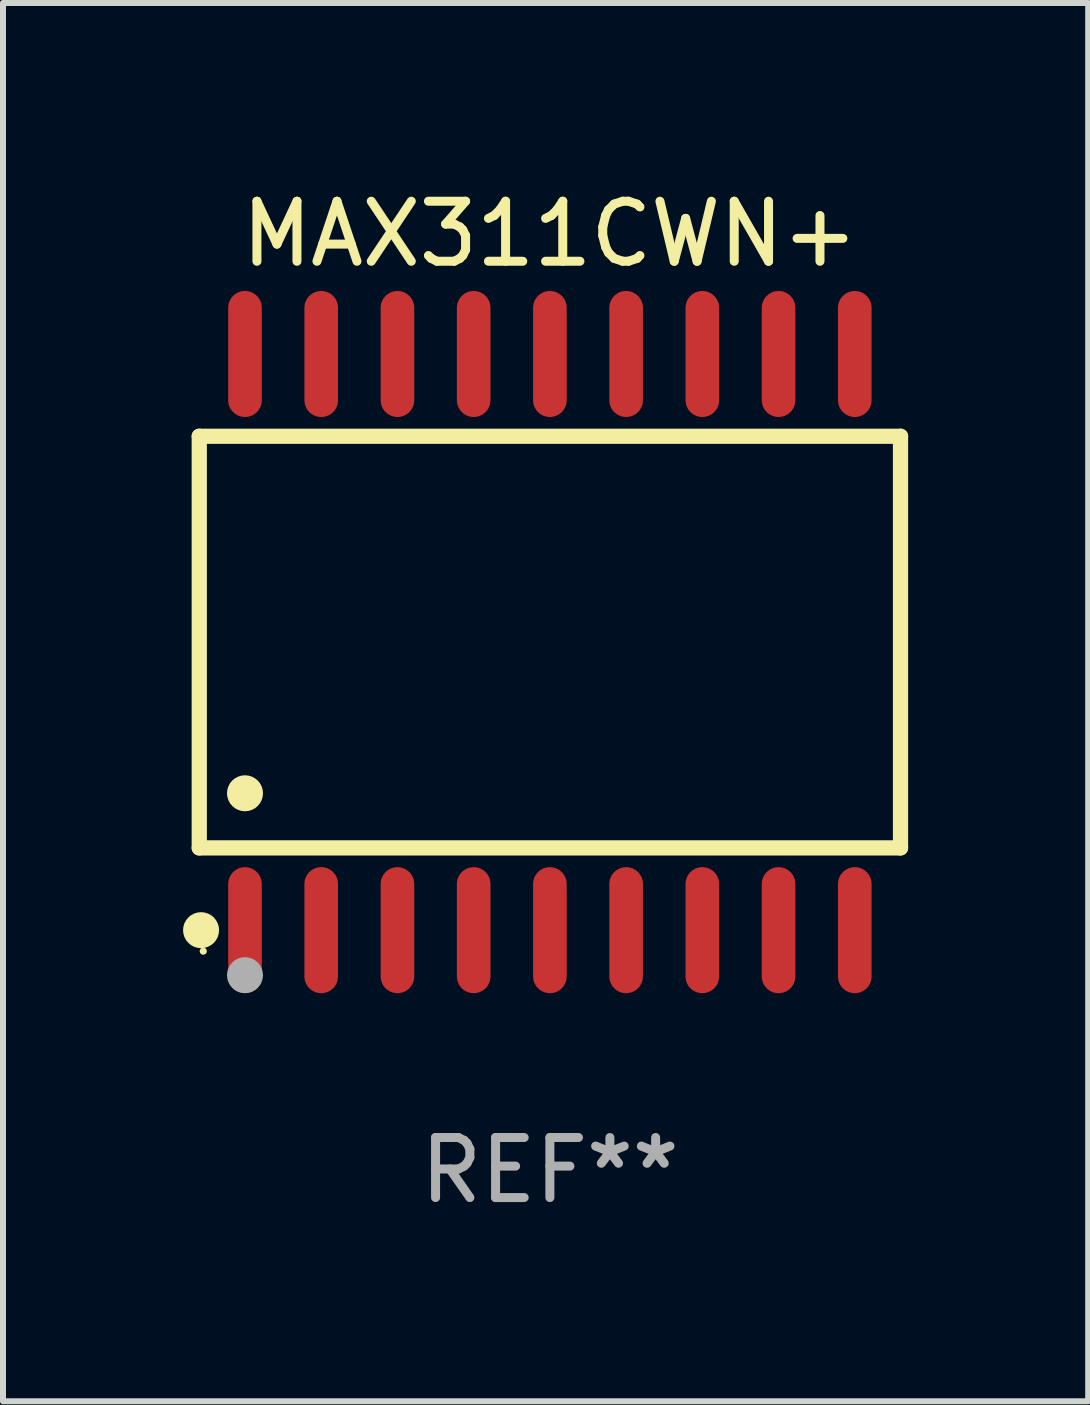
<source format=kicad_pcb>
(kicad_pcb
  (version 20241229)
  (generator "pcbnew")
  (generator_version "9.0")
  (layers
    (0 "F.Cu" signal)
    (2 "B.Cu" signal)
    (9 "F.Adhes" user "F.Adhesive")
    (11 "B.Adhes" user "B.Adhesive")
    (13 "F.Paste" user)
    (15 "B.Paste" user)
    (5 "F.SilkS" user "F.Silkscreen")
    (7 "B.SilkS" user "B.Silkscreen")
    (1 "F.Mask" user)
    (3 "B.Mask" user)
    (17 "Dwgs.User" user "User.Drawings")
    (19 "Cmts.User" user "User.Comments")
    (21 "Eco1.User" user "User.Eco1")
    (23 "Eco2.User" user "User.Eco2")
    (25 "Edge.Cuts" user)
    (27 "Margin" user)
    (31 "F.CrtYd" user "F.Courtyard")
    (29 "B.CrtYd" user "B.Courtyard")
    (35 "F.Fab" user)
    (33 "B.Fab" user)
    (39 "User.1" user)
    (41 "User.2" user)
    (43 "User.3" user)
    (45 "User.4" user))
  (footprint "MAX311CWN+"
    (layer "F.Cu")
    (at 6.112 7.648)
    (property "Reference" "MAX311CWN+" (at 0 -6.8 0) (layer "F.SilkS") (effects (font (size 1 1) (thickness 0.15))))
    (attr through_hole)
    (fp_line (start -5.842 -3.429) (end -5.842 3.429) (stroke (width 0.254) (type solid)) (layer "F.SilkS"))
    (fp_line (start -5.842 3.429) (end 5.842 3.429) (stroke (width 0.254) (type solid)) (layer "F.SilkS"))
    (fp_line (start 5.842 -3.429) (end -5.842 -3.429) (stroke (width 0.254) (type solid)) (layer "F.SilkS"))
    (fp_line (start 5.842 3.429) (end 5.842 -3.429) (stroke (width 0.254) (type solid)) (layer "F.SilkS"))
    (fp_circle (center -5.812 4.8) (end -5.662 4.8) (stroke (width 0.3) (type solid)) (fill no) (layer "F.SilkS"))
    (fp_circle (center -5.775 5.15) (end -5.745 5.15) (stroke (width 0.06) (type solid)) (fill no) (layer "F.SilkS"))
    (fp_circle (center -5.08 2.519) (end -4.93 2.519) (stroke (width 0.3) (type solid)) (fill no) (layer "F.SilkS"))
    (fp_circle (center -5.08 5.55) (end -4.93 5.55) (stroke (width 0.3) (type solid)) (fill no) (layer "F.Fab"))
    (fp_text user "REF**" (at 0 8.8 0) (layer "F.Fab") (effects (font (size 1 1) (thickness 0.15))))
    (pad "1" smd oval (at -5.08 4.8) (size 0.56 2.1) (layers "F.Cu" "F.Mask" "F.Paste"))
    (pad "2" smd oval (at -3.81 4.8) (size 0.56 2.1) (layers "F.Cu" "F.Mask" "F.Paste"))
    (pad "3" smd oval (at -2.54 4.8) (size 0.56 2.1) (layers "F.Cu" "F.Mask" "F.Paste"))
    (pad "4" smd oval (at -1.27 4.8) (size 0.56 2.1) (layers "F.Cu" "F.Mask" "F.Paste"))
    (pad "5" smd oval (at 0 4.8) (size 0.56 2.1) (layers "F.Cu" "F.Mask" "F.Paste"))
    (pad "6" smd oval (at 1.27 4.8) (size 0.56 2.1) (layers "F.Cu" "F.Mask" "F.Paste"))
    (pad "7" smd oval (at 2.54 4.8) (size 0.56 2.1) (layers "F.Cu" "F.Mask" "F.Paste"))
    (pad "8" smd oval (at 3.81 4.8) (size 0.56 2.1) (layers "F.Cu" "F.Mask" "F.Paste"))
    (pad "9" smd oval (at 5.08 4.8) (size 0.56 2.1) (layers "F.Cu" "F.Mask" "F.Paste"))
    (pad "10" smd oval (at 5.08 -4.8) (size 0.56 2.1) (layers "F.Cu" "F.Mask" "F.Paste"))
    (pad "11" smd oval (at 3.81 -4.8) (size 0.56 2.1) (layers "F.Cu" "F.Mask" "F.Paste"))
    (pad "12" smd oval (at 2.54 -4.8) (size 0.56 2.1) (layers "F.Cu" "F.Mask" "F.Paste"))
    (pad "13" smd oval (at 1.27 -4.8) (size 0.56 2.1) (layers "F.Cu" "F.Mask" "F.Paste"))
    (pad "14" smd oval (at 0 -4.8) (size 0.56 2.1) (layers "F.Cu" "F.Mask" "F.Paste"))
    (pad "15" smd oval (at -1.27 -4.8) (size 0.56 2.1) (layers "F.Cu" "F.Mask" "F.Paste"))
    (pad "16" smd oval (at -2.54 -4.8) (size 0.56 2.1) (layers "F.Cu" "F.Mask" "F.Paste"))
    (pad "17" smd oval (at -3.81 -4.8) (size 0.56 2.1) (layers "F.Cu" "F.Mask" "F.Paste"))
    (pad "18" smd oval (at -5.08 -4.8) (size 0.56 2.1) (layers "F.Cu" "F.Mask" "F.Paste")))
  (gr_rect
    (start -3 -3)
    (end 15.081 20.297)
    (stroke (width 0.1) (type default))
    (fill no)
    (layer "Edge.Cuts")))
</source>
